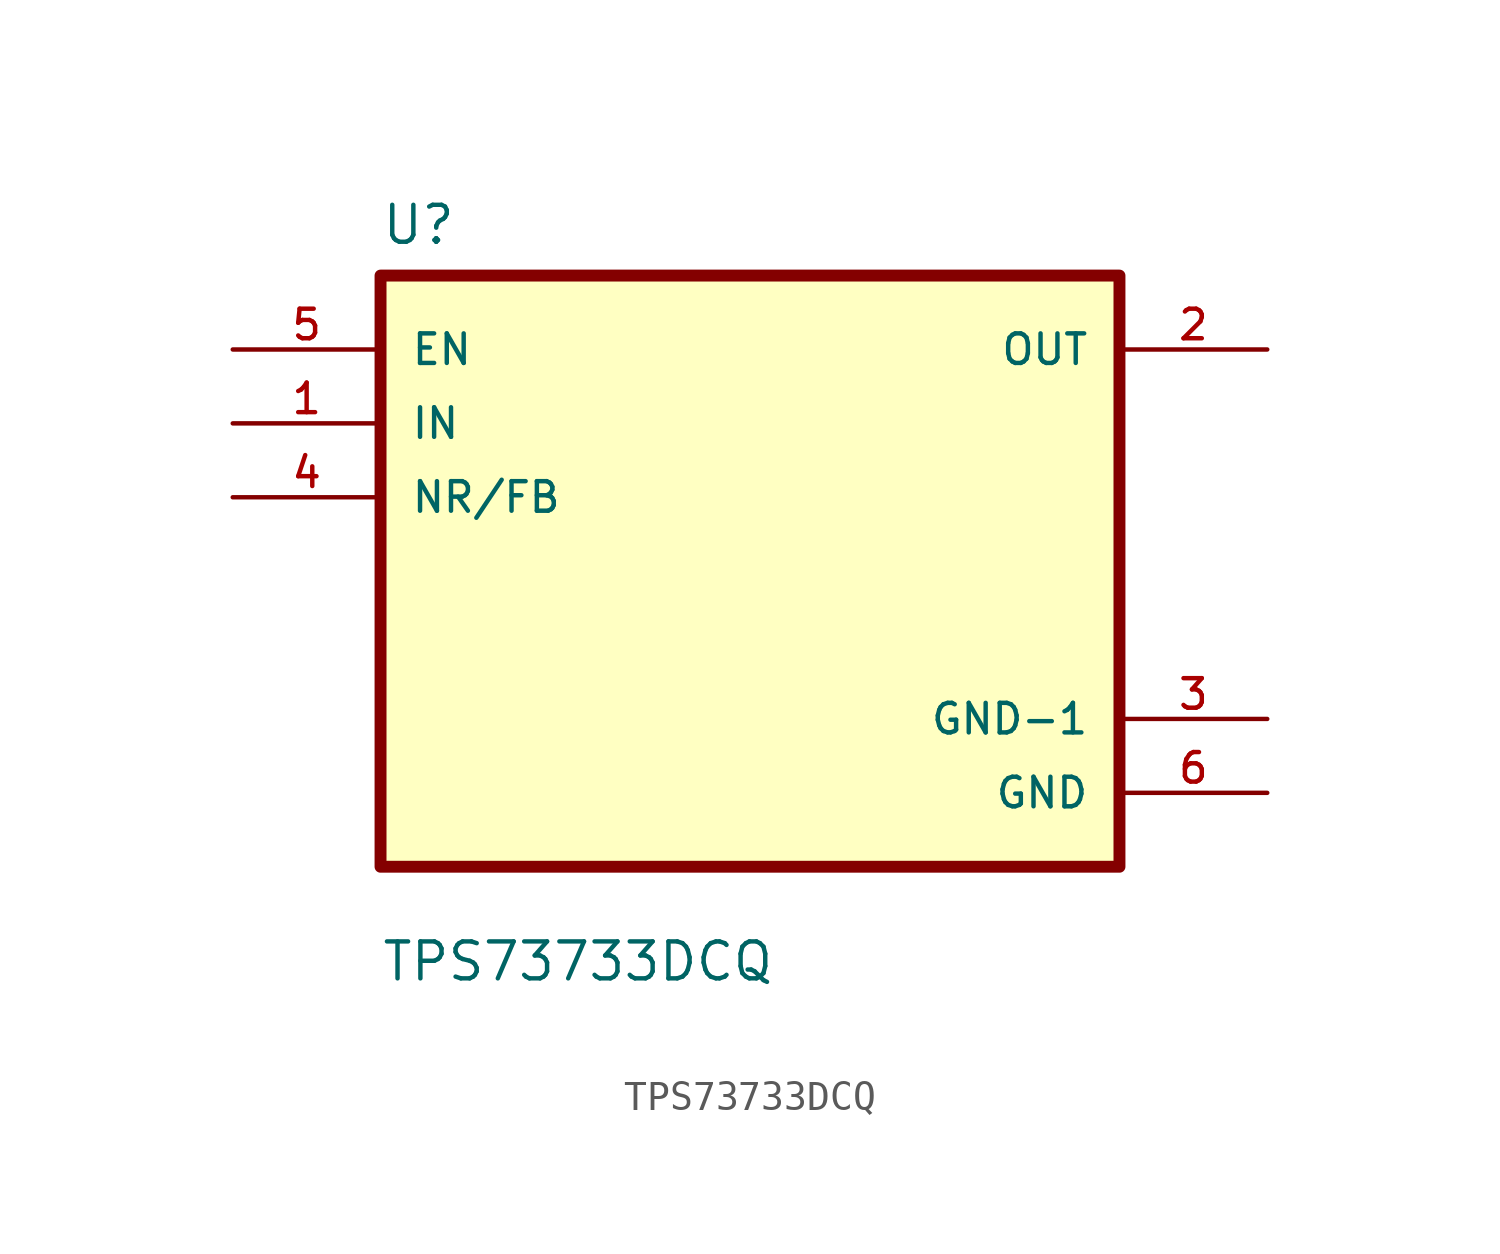
<source format=kicad_sym>
(kicad_symbol_lib
  (version 20211014)
  (generator kicad_symbol_editor)
  (symbol "TPS73733DCQ"
    (pin_names
      (offset 1.016))
    (property "Reference" "U"
      (at -12.7 11.16 0.0)
      (effects (font (size 1.27 1.27)) (justify bottom left)))
    (property "Value" "TPS73733DCQ"
      (at -12.7 -14.16 0.0)
      (effects (font (size 1.27 1.27)) (justify bottom left)))
    (symbol "TPS73733DCQ_0_0"
      (rectangle (start -12.7 -10.16) (end 12.7 10.16) (stroke (width 0.41)) (fill (type background)))
      (pin input line (at -17.78 7.62 0) (length 5.08) (name "EN" (effects (font (size 1.016 1.016)))) (number "5" (effects (font (size 1.016 1.016)))))
      (pin input line (at -17.78 5.08 0) (length 5.08) (name "IN" (effects (font (size 1.016 1.016)))) (number "1" (effects (font (size 1.016 1.016)))))
      (pin input line (at -17.78 2.54 0) (length 5.08) (name "NR/FB" (effects (font (size 1.016 1.016)))) (number "4" (effects (font (size 1.016 1.016)))))
      (pin output line (at 17.78 7.62 180.0) (length 5.08) (name "OUT" (effects (font (size 1.016 1.016)))) (number "2" (effects (font (size 1.016 1.016)))))
      (pin power_in line (at 17.78 -5.08 180.0) (length 5.08) (name "GND-1" (effects (font (size 1.016 1.016)))) (number "3" (effects (font (size 1.016 1.016)))))
      (pin power_in line (at 17.78 -7.62 180.0) (length 5.08) (name "GND" (effects (font (size 1.016 1.016)))) (number "6" (effects (font (size 1.016 1.016))))))))
</source>
